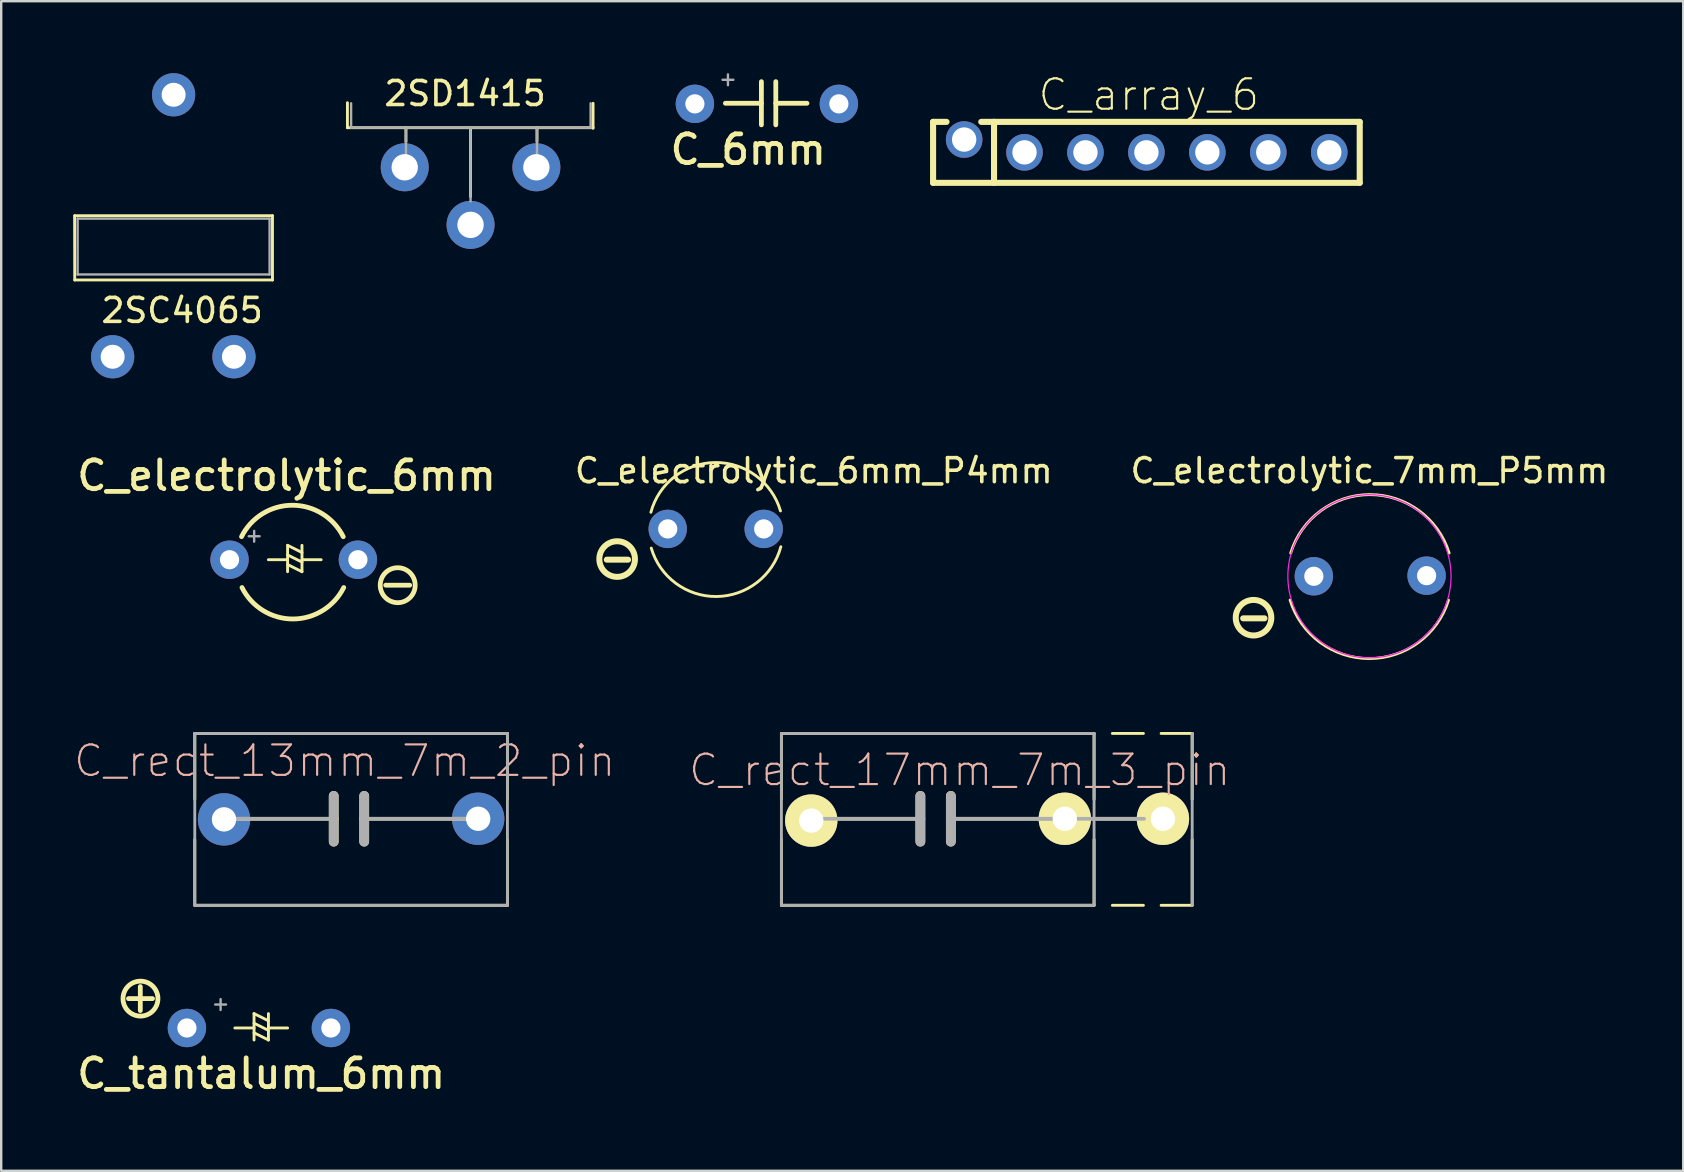
<source format=kicad_pcb>
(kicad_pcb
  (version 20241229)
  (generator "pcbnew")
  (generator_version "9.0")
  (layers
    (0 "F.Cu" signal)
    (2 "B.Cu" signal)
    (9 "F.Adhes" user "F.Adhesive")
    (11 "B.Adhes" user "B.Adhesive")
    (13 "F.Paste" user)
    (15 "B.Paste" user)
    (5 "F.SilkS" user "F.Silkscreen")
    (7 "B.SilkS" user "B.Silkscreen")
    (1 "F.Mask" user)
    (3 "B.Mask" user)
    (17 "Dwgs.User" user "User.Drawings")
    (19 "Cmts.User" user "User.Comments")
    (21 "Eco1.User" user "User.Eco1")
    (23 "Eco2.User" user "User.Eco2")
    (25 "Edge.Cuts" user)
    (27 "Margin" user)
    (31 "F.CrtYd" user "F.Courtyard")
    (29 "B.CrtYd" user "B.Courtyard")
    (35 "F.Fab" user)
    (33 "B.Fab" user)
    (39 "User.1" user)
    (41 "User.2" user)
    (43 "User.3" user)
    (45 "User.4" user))
  (footprint "C_electrolytic_6mm_P4mm"
    (layer "F.Cu")
    (at 24.777 18.992)
    (property "Reference" "C_electrolytic_6mm_P4mm" (at 6.089 -2.425 0) (layer "F.SilkS") (effects (font (size 1 1) (thickness 0.15))))
    (attr through_hole)
    (fp_line (start -2.54 1.283) (end -1.651 1.283) (stroke (width 0.25) (type solid)) (layer "F.SilkS"))
    (fp_arc (start -0.701598 -0.693114) (mid 1.977418 -2.766924) (end 4.698999 -0.749299) (stroke (width 0.12) (type solid)) (layer "F.SilkS"))
    (fp_arc (start 4.714798 0.743914) (mid 2.035782 2.817724) (end -0.685799 0.800099) (stroke (width 0.12) (type solid)) (layer "F.SilkS"))
    (fp_circle (center -2.108 1.257) (end -1.366 1.257) (stroke (width 0.25) (type solid)) (fill no) (layer "F.SilkS"))
    (pad "1" thru_hole circle (at 4 0) (size 1.6 1.6) (drill 0.8) (layers "*.Cu" "*.Mask"))
    (pad "2" thru_hole circle (at 0 0) (size 1.6 1.6) (drill 0.8) (layers "*.Cu" "*.Mask")))
  (footprint "C_electrolytic_6mm"
    (layer "F.Cu")
    (at 6.735 20.276)
    (property "Reference" "C_electrolytic_6mm" (at 2.159 -3.505 180) (layer "F.SilkS") (effects (font (size 1.2 1.2) (thickness 0.2))))
    (attr through_hole)
    (fp_line (start 1.4 0) (end 2.2 0) (stroke (width 0.12) (type solid)) (layer "F.SilkS"))
    (fp_line (start 2.2 -0.6) (end 2.8 -0.3) (stroke (width 0.12) (type solid)) (layer "F.SilkS"))
    (fp_line (start 2.2 -0.2) (end 2.8 0.1) (stroke (width 0.12) (type solid)) (layer "F.SilkS"))
    (fp_line (start 2.2 0.2) (end 2.8 0.5) (stroke (width 0.12) (type solid)) (layer "F.SilkS"))
    (fp_line (start 2.2 0.5) (end 2.2 -0.6) (stroke (width 0.12) (type solid)) (layer "F.SilkS"))
    (fp_line (start 2.8 -0.6) (end 2.8 0.5) (stroke (width 0.12) (type solid)) (layer "F.SilkS"))
    (fp_line (start 2.8 0) (end 3.6 0) (stroke (width 0.12) (type solid)) (layer "F.SilkS"))
    (fp_line (start 6.289 1.062) (end 7.289 1.062) (stroke (width 0.2) (type solid)) (layer "F.SilkS"))
    (fp_arc (start 0.280259 -0.96) (mid 2.400738 -2.27) (end 4.520401 -0.958679) (stroke (width 0.2) (type solid)) (layer "F.SilkS"))
    (fp_arc (start 4.540142 1.158679) (mid 2.420479 2.47) (end 0.3 1.16) (stroke (width 0.2) (type solid)) (layer "F.SilkS"))
    (fp_circle (center 6.789 1.062) (end 7.517 1.062) (stroke (width 0.2) (type solid)) (fill no) (layer "F.SilkS"))
    (fp_line (start 0.582 -0.978) (end 1.032 -0.978) (stroke (width 0.1) (type solid)) (layer "F.Fab"))
    (fp_line (start 0.807 -1.202) (end 0.807 -0.752) (stroke (width 0.1) (type solid)) (layer "F.Fab"))
    (pad "1" thru_hole circle (at -0.219 0) (size 1.6 1.6) (drill 0.8) (layers "*.Cu" "*.Mask"))
    (pad "2" thru_hole circle (at 5.131 0) (size 1.6 1.6) (drill 0.8) (layers "*.Cu" "*.Mask")))
  (footprint "C_6mm"
    (layer "F.Cu")
    (at 25.909 1.278)
    (property "Reference" "C_6mm" (at 2.225 1.905 180) (layer "F.SilkS") (effects (font (size 1.2 1.2) (thickness 0.2))))
    (attr through_hole)
    (fp_line (start 1.272 -0.025) (end 2.772 -0.025) (stroke (width 0.2) (type solid)) (layer "F.SilkS"))
    (fp_line (start 2.772 0.875) (end 2.772 -0.925) (stroke (width 0.2) (type solid)) (layer "F.SilkS"))
    (fp_line (start 3.372 -0.925) (end 3.372 0.875) (stroke (width 0.2) (type solid)) (layer "F.SilkS"))
    (fp_line (start 3.372 -0.025) (end 4.671 -0.025) (stroke (width 0.2) (type solid)) (layer "F.SilkS"))
    (fp_line (start 1.153 -1.003) (end 1.603 -1.003) (stroke (width 0.1) (type solid)) (layer "F.Fab"))
    (fp_line (start 1.378 -1.228) (end 1.378 -0.778) (stroke (width 0.1) (type solid)) (layer "F.Fab"))
    (pad "1" thru_hole circle (at 0 0) (size 1.6 1.6) (drill 0.8) (layers "*.Cu" "*.Mask"))
    (pad "2" thru_hole circle (at 6 0) (size 1.6 1.6) (drill 0.8) (layers "*.Cu" "*.Mask")))
  (footprint "C_tantalum_6mm"
    (layer "F.Cu")
    (at 4.74 39.791)
    (property "Reference" "C_tantalum_6mm" (at 3.097 1.9 0) (layer "F.SilkS") (effects (font (size 1.2 1.2) (thickness 0.2))))
    (attr through_hole)
    (fp_line (start -2.436 -1.224) (end -1.436 -1.224) (stroke (width 0.2) (type solid)) (layer "F.SilkS"))
    (fp_line (start -1.943 -1.727) (end -1.943 -0.727) (stroke (width 0.2) (type solid)) (layer "F.SilkS"))
    (fp_line (start 1.997 0) (end 2.797 0) (stroke (width 0.12) (type solid)) (layer "F.SilkS"))
    (fp_line (start 2.797 -0.6) (end 3.397 -0.3) (stroke (width 0.12) (type solid)) (layer "F.SilkS"))
    (fp_line (start 2.797 -0.2) (end 3.397 0.1) (stroke (width 0.12) (type solid)) (layer "F.SilkS"))
    (fp_line (start 2.797 0.2) (end 3.397 0.5) (stroke (width 0.12) (type solid)) (layer "F.SilkS"))
    (fp_line (start 2.797 0.5) (end 2.797 -0.6) (stroke (width 0.12) (type solid)) (layer "F.SilkS"))
    (fp_line (start 3.397 -0.6) (end 3.397 0.5) (stroke (width 0.12) (type solid)) (layer "F.SilkS"))
    (fp_line (start 3.397 0) (end 4.197 0) (stroke (width 0.12) (type solid)) (layer "F.SilkS"))
    (fp_circle (center -1.936 -1.224) (end -1.208 -1.224) (stroke (width 0.2) (type solid)) (fill no) (layer "F.SilkS"))
    (fp_line (start 1.179 -0.978) (end 1.629 -0.978) (stroke (width 0.1) (type solid)) (layer "F.Fab"))
    (fp_line (start 1.404 -1.202) (end 1.404 -0.752) (stroke (width 0.1) (type solid)) (layer "F.Fab"))
    (pad "1" thru_hole circle (at 0 0) (size 1.6 1.6) (drill 0.8) (layers "*.Cu" "*.Mask"))
    (pad "2" thru_hole circle (at 6 0) (size 1.6 1.6) (drill 0.8) (layers "*.Cu" "*.Mask")))
  (footprint "C_rect_13mm_7m_2_pin"
    (layer "F.Cu")
    (at 11.493 31.072)
    (property "Reference" "C_rect_13mm_7m_2_pin" (at -0.178 -2.413 0) (layer "B.SilkS") (effects (font (size 1.27 1.27) (thickness 0.089))))
    (attr exclude_from_pos_files exclude_from_bom)
    (fp_line (start -6.426 -3.556) (end -6.426 -0.813) (stroke (width 0.12) (type solid)) (layer "F.SilkS"))
    (fp_line (start -6.426 -3.556) (end 6.604 -3.556) (stroke (width 0.12) (type solid)) (layer "F.SilkS"))
    (fp_line (start -6.426 0.864) (end -6.426 3.607) (stroke (width 0.12) (type solid)) (layer "F.SilkS"))
    (fp_line (start -0.635 -0.953) (end -0.635 0) (stroke (width 0.406) (type solid)) (layer "F.SilkS"))
    (fp_line (start -0.635 0) (end -5.08 0) (stroke (width 0.152) (type solid)) (layer "F.SilkS"))
    (fp_line (start -0.635 0) (end -0.635 0.953) (stroke (width 0.406) (type solid)) (layer "F.SilkS"))
    (fp_line (start 0.635 -0.953) (end 0.635 0) (stroke (width 0.406) (type solid)) (layer "F.SilkS"))
    (fp_line (start 0.635 0) (end 0.635 0.953) (stroke (width 0.406) (type solid)) (layer "F.SilkS"))
    (fp_line (start 0.635 0) (end 5.08 0) (stroke (width 0.152) (type solid)) (layer "F.SilkS"))
    (fp_line (start 6.604 -3.556) (end 6.604 -0.813) (stroke (width 0.12) (type solid)) (layer "F.SilkS"))
    (fp_line (start 6.604 0.864) (end 6.604 3.607) (stroke (width 0.12) (type solid)) (layer "F.SilkS"))
    (fp_line (start 6.604 3.607) (end -6.426 3.607) (stroke (width 0.12) (type solid)) (layer "F.SilkS"))
    (fp_line (start -6.426 -3.556) (end 6.604 -3.556) (stroke (width 0.12) (type solid)) (layer "F.Fab"))
    (fp_line (start -6.426 3.607) (end -6.426 -3.556) (stroke (width 0.12) (type solid)) (layer "F.Fab"))
    (fp_line (start -6.426 3.607) (end 6.604 3.607) (stroke (width 0.12) (type solid)) (layer "F.Fab"))
    (fp_line (start -0.635 -0.953) (end -0.635 0.953) (stroke (width 0.406) (type solid)) (layer "F.Fab"))
    (fp_line (start -0.635 0) (end -5.08 0) (stroke (width 0.152) (type solid)) (layer "F.Fab"))
    (fp_line (start 0.635 -0.953) (end 0.635 0.953) (stroke (width 0.406) (type solid)) (layer "F.Fab"))
    (fp_line (start 0.635 0) (end 5.08 0) (stroke (width 0.152) (type solid)) (layer "F.Fab"))
    (fp_line (start 6.604 -3.556) (end 6.604 3.607) (stroke (width 0.12) (type solid)) (layer "F.Fab"))
    (pad "1" thru_hole circle (at -5.207 0.025) (size 2.182 2.182) (drill 1.016) (layers "*.Cu" "*.Mask"))
    (pad "2" thru_hole circle (at 5.385 0) (size 2.182 2.182) (drill 1.016) (layers "*.Cu" "*.Mask")))
  (footprint "C_rect_17mm_7m_3_pin"
    (layer "F.Cu")
    (at 35.941 31.072)
    (property "Reference" "C_rect_17mm_7m_3_pin" (at 1.005 -2.03 0) (layer "B.SilkS") (effects (font (size 1.27 1.27) (thickness 0.089))))
    (attr exclude_from_pos_files exclude_from_bom)
    (fp_line (start -6.426 -3.556) (end -6.426 -0.813) (stroke (width 0.12) (type solid)) (layer "F.SilkS"))
    (fp_line (start -6.426 -3.556) (end 6.604 -3.556) (stroke (width 0.12) (type solid)) (layer "F.SilkS"))
    (fp_line (start -6.426 0.864) (end -6.426 3.607) (stroke (width 0.12) (type solid)) (layer "F.SilkS"))
    (fp_line (start -0.635 -0.953) (end -0.635 0) (stroke (width 0.406) (type solid)) (layer "F.SilkS"))
    (fp_line (start -0.635 0) (end -5.08 0) (stroke (width 0.152) (type solid)) (layer "F.SilkS"))
    (fp_line (start -0.635 0) (end -0.635 0.953) (stroke (width 0.406) (type solid)) (layer "F.SilkS"))
    (fp_line (start 0.635 -0.953) (end 0.635 0) (stroke (width 0.406) (type solid)) (layer "F.SilkS"))
    (fp_line (start 0.635 0) (end 0.635 0.953) (stroke (width 0.406) (type solid)) (layer "F.SilkS"))
    (fp_line (start 0.635 0) (end 5.08 0) (stroke (width 0.152) (type solid)) (layer "F.SilkS"))
    (fp_line (start 5.258 0) (end 9.703 0) (stroke (width 0.152) (type solid)) (layer "F.SilkS"))
    (fp_line (start 6.604 -3.556) (end 6.604 -0.813) (stroke (width 0.12) (type solid)) (layer "F.SilkS"))
    (fp_line (start 6.604 0.864) (end 6.604 3.607) (stroke (width 0.12) (type solid)) (layer "F.SilkS"))
    (fp_line (start 6.604 3.607) (end -6.426 3.607) (stroke (width 0.12) (type solid)) (layer "F.SilkS"))
    (fp_line (start 7.366 -3.556) (end 8.661 -3.556) (stroke (width 0.12) (type solid)) (layer "F.SilkS"))
    (fp_line (start 7.366 3.607) (end 8.661 3.607) (stroke (width 0.12) (type solid)) (layer "F.SilkS"))
    (fp_line (start 9.398 -3.556) (end 10.693 -3.556) (stroke (width 0.12) (type solid)) (layer "F.SilkS"))
    (fp_line (start 9.398 3.607) (end 10.693 3.607) (stroke (width 0.12) (type solid)) (layer "F.SilkS"))
    (fp_line (start 10.693 -3.556) (end 10.693 -0.813) (stroke (width 0.12) (type solid)) (layer "F.SilkS"))
    (fp_line (start 10.693 0.864) (end 10.693 3.607) (stroke (width 0.12) (type solid)) (layer "F.SilkS"))
    (fp_line (start -6.426 -3.556) (end 6.604 -3.556) (stroke (width 0.12) (type solid)) (layer "F.Fab"))
    (fp_line (start -6.426 3.607) (end -6.426 -3.556) (stroke (width 0.12) (type solid)) (layer "F.Fab"))
    (fp_line (start -6.426 3.607) (end 6.604 3.607) (stroke (width 0.12) (type solid)) (layer "F.Fab"))
    (fp_line (start -0.635 -0.953) (end -0.635 0.953) (stroke (width 0.406) (type solid)) (layer "F.Fab"))
    (fp_line (start -0.635 0) (end -5.08 0) (stroke (width 0.152) (type solid)) (layer "F.Fab"))
    (fp_line (start 0.635 -0.953) (end 0.635 0.953) (stroke (width 0.406) (type solid)) (layer "F.Fab"))
    (fp_line (start 0.635 0) (end 5.08 0) (stroke (width 0.152) (type solid)) (layer "F.Fab"))
    (fp_line (start 4.242 0) (end 8.687 0) (stroke (width 0.152) (type solid)) (layer "F.Fab"))
    (fp_line (start 6.604 -3.556) (end 6.604 3.607) (stroke (width 0.12) (type solid)) (layer "F.Fab"))
    (fp_line (start 10.693 -3.556) (end 10.693 3.607) (stroke (width 0.12) (type solid)) (layer "F.Fab"))
    (pad "1" thru_hole circle (at -5.182 0.076) (size 2.182 2.182) (drill 1.016) (layers "*.Cu" "F.Mask" "F.SilkS" "F.Paste"))
    (pad "2" thru_hole circle (at 5.385 0) (size 2.182 2.182) (drill 1.016) (layers "*.Cu" "F.Mask" "F.SilkS" "F.Paste"))
    (pad "2" thru_hole circle (at 9.474 0) (size 2.182 2.182) (drill 1.016) (layers "*.Cu" "F.Mask" "F.SilkS" "F.Paste")))
  (footprint "2SC4065"
    (layer "F.Cu")
    (at 4.223 7.246)
    (property "Reference" "2SC4065" (at 0.318 2.642 0) (layer "F.SilkS") (effects (font (size 1 1) (thickness 0.15))))
    (attr through_hole)
    (fp_line (start -4.163 -1.307) (end -4.158 1.372) (stroke (width 0.12) (type solid)) (layer "F.SilkS"))
    (fp_line (start -4.158 -1.307) (end 4.082 -1.307) (stroke (width 0.12) (type solid)) (layer "F.SilkS"))
    (fp_line (start -4.158 1.372) (end 4.082 1.372) (stroke (width 0.12) (type solid)) (layer "F.SilkS"))
    (fp_line (start 4.082 -1.307) (end 4.082 1.372) (stroke (width 0.12) (type solid)) (layer "F.SilkS"))
    (fp_line (start -4.038 -1.187) (end -4.038 1.143) (stroke (width 0.1) (type solid)) (layer "F.Fab"))
    (fp_line (start -4.038 1.143) (end 3.962 1.143) (stroke (width 0.1) (type solid)) (layer "F.Fab"))
    (fp_line (start 3.962 -1.187) (end -4.038 -1.187) (stroke (width 0.1) (type solid)) (layer "F.Fab"))
    (fp_line (start 3.962 1.143) (end 3.962 -1.187) (stroke (width 0.1) (type solid)) (layer "F.Fab"))
    (pad "1" thru_hole oval (at 2.477 4.572) (size 1.8 1.8) (drill 1) (layers "*.Cu" "*.Mask"))
    (pad "2" thru_hole oval (at -0.038 -6.346) (size 1.8 1.8) (drill 1) (layers "*.Cu" "*.Mask"))
    (pad "3" thru_hole circle (at -2.578 4.572) (size 1.8 1.8) (drill 1) (layers "*.Cu" "*.Mask")))
  (footprint "2SD1415"
    (layer "F.Cu")
    (at 14.02 3.922)
    (property "Reference" "2SD1415" (at 2.311 -3.073 0) (layer "F.SilkS") (effects (font (size 1 1) (thickness 0.15))))
    (attr through_hole)
    (fp_line (start -2.595 -1.651) (end 7.645 -1.651) (stroke (width 0.12) (type solid)) (layer "F.SilkS"))
    (fp_line (start -2.591 -2.692) (end -2.591 -1.651) (stroke (width 0.12) (type solid)) (layer "F.SilkS"))
    (fp_line (start -0.152 -1.651) (end -0.152 -1.067) (stroke (width 0.12) (type solid)) (layer "F.SilkS"))
    (fp_line (start 2.54 -1.626) (end 2.54 1.219) (stroke (width 0.12) (type solid)) (layer "F.SilkS"))
    (fp_line (start 5.309 -1.651) (end 5.309 -1.067) (stroke (width 0.12) (type solid)) (layer "F.SilkS"))
    (fp_line (start 7.645 -2.667) (end 7.645 -1.626) (stroke (width 0.12) (type solid)) (layer "F.SilkS"))
    (fp_line (start -2.438 -1.645) (end -2.438 -2.667) (stroke (width 0.1) (type solid)) (layer "F.Fab"))
    (fp_line (start -0.152 -1.651) (end -0.152 -0.381) (stroke (width 0.1) (type solid)) (layer "F.Fab"))
    (fp_line (start 2.54 -1.651) (end 2.54 1.422) (stroke (width 0.1) (type solid)) (layer "F.Fab"))
    (fp_line (start 5.309 -1.651) (end 5.309 -0.381) (stroke (width 0.1) (type solid)) (layer "F.Fab"))
    (fp_line (start 7.544 -1.645) (end 7.544 -2.667) (stroke (width 0.1) (type solid)) (layer "F.Fab"))
    (fp_line (start 7.562 -1.651) (end -2.438 -1.651) (stroke (width 0.1) (type solid)) (layer "F.Fab"))
    (pad "1" thru_hole circle (at -0.203 0) (size 2 2) (drill 1.1) (layers "*.Cu" "*.Mask"))
    (pad "2" thru_hole circle (at 2.54 2.4) (size 2 2) (drill 1.1) (layers "*.Cu" "*.Mask"))
    (pad "3" thru_hole circle (at 5.283 0) (size 2 2) (drill 1.1) (layers "*.Cu" "*.Mask")))
  (footprint "C_array_6"
    (layer "F.Cu")
    (at 44.726 3.299)
    (property "Reference" "C_array_6" (at 0.1 -2.4 0) (layer "F.SilkS") (effects (font (size 1.27 1.27) (thickness 0.089))))
    (attr exclude_from_pos_files exclude_from_bom)
    (fp_line (start -8.89 -1.27) (end -8.89 1.27) (stroke (width 0.254) (type solid)) (layer "F.SilkS"))
    (fp_line (start -8.89 -1.27) (end -8.331 -1.27) (stroke (width 0.254) (type solid)) (layer "F.SilkS"))
    (fp_line (start -6.35 -1.27) (end -6.883 -1.27) (stroke (width 0.254) (type solid)) (layer "F.SilkS"))
    (fp_line (start -6.35 -1.27) (end -6.35 1.27) (stroke (width 0.254) (type solid)) (layer "F.SilkS"))
    (fp_line (start 8.89 -1.27) (end -6.35 -1.27) (stroke (width 0.254) (type solid)) (layer "F.SilkS"))
    (fp_line (start 8.89 -1.27) (end 8.89 1.27) (stroke (width 0.254) (type solid)) (layer "F.SilkS"))
    (fp_line (start 8.89 1.27) (end -8.89 1.27) (stroke (width 0.254) (type solid)) (layer "F.SilkS"))
    (pad "1" thru_hole circle (at -7.595 -0.533) (size 1.524 1.524) (drill 1.016) (layers "*.Cu" "*.Mask"))
    (pad "2" thru_hole circle (at -5.08 0) (size 1.524 1.524) (drill 1.016) (layers "*.Cu" "*.Mask"))
    (pad "3" thru_hole circle (at -2.54 0) (size 1.524 1.524) (drill 1.016) (layers "*.Cu" "*.Mask"))
    (pad "4" thru_hole circle (at 0 0) (size 1.524 1.524) (drill 1.016) (layers "*.Cu" "*.Mask"))
    (pad "5" thru_hole circle (at 2.54 0) (size 1.524 1.524) (drill 1.016) (layers "*.Cu" "*.Mask"))
    (pad "6" thru_hole circle (at 5.08 0) (size 1.524 1.524) (drill 1.016) (layers "*.Cu" "*.Mask"))
    (pad "7" thru_hole circle (at 7.62 0) (size 1.524 1.524) (drill 1.016) (layers "*.Cu" "*.Mask")))
  (footprint "C_electrolytic_7mm_P5mm"
    (layer "F.Cu")
    (at 52.771 20.966)
    (property "Reference" "C_electrolytic_7mm_P5mm" (at 1.25 -4.4 0) (layer "F.SilkS") (effects (font (size 1 1) (thickness 0.15))))
    (attr through_hole)
    (fp_line (start -4.013 1.753) (end -3.124 1.753) (stroke (width 0.25) (type solid)) (layer "F.SilkS"))
    (fp_arc (start -2.031999 -0.965199) (mid 1.268026 -3.403972) (end 4.570836 -0.968971) (stroke (width 0.12) (type solid)) (layer "F.SilkS"))
    (fp_arc (start 4.545436 0.994371) (mid 1.242626 3.429372) (end -2.057399 0.990599) (stroke (width 0.12) (type solid)) (layer "F.SilkS"))
    (fp_circle (center -3.581 1.727) (end -2.84 1.727) (stroke (width 0.25) (type solid)) (fill no) (layer "F.SilkS"))
    (fp_circle (center 1.25 0) (end 4.65 0) (stroke (width 0.05) (type solid)) (fill no) (layer "F.CrtYd"))
    (pad "1" thru_hole circle (at 3.632 -0.025) (size 1.6 1.6) (drill 0.8) (layers "*.Cu" "*.Mask"))
    (pad "2" thru_hole circle (at -1.067 0) (size 1.6 1.6) (drill 0.8) (layers "*.Cu" "*.Mask")))
  (gr_rect
    (start -3 -3)
    (end 67.098 45.744)
    (stroke (width 0.1) (type default))
    (fill no)
    (layer "Edge.Cuts")))
</source>
